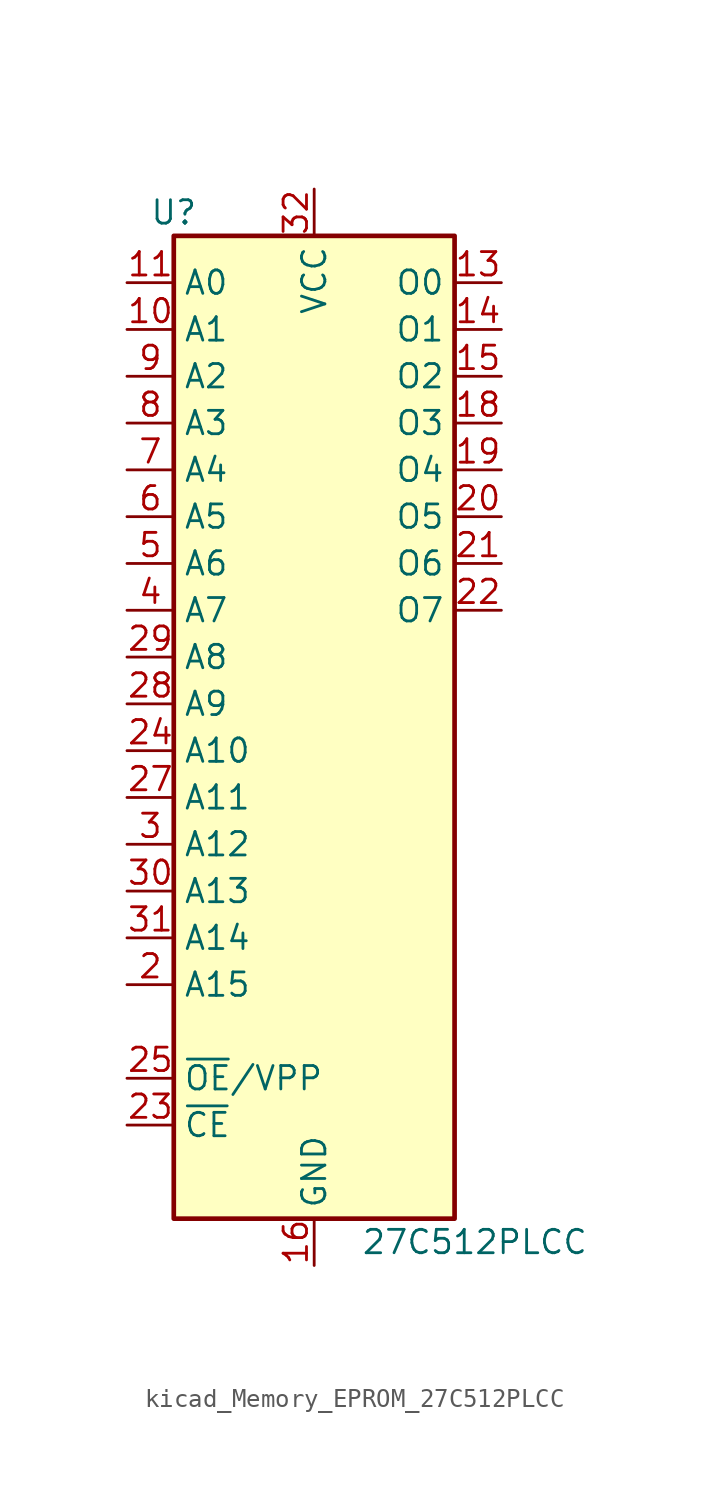
<source format=kicad_sym>
(kicad_symbol_lib
  (version 20220914)
  (generator kicad_symbol_editor)
  (symbol "kicad_Memory_EPROM_27C512PLCC"
    (property "Reference" "U"
      (at -7.62 26.67 0)
      (effects (font (size 1.27 1.27))))
    (property "Value" "27C512PLCC"
      (at 2.54 -29.21 0)
      (effects (font (size 1.27 1.27)) (justify left)))
    (symbol "kicad_Memory_EPROM_27C512PLCC_1_1"
      (rectangle (start -7.62 25.4) (end 7.62 -27.94) (stroke (width 0.254) (type default)) (fill (type background)))
      (pin no_connect line (at 7.62 -17.78 180) (length 2.54) hide (name "NC" (effects (font (size 1.27 1.27)))) (number "1" (effects (font (size 1.27 1.27)))))
      (pin input line (at -10.16 20.32 0) (length 2.54) (name "A1" (effects (font (size 1.27 1.27)))) (number "10" (effects (font (size 1.27 1.27)))))
      (pin input line (at -10.16 22.86 0) (length 2.54) (name "A0" (effects (font (size 1.27 1.27)))) (number "11" (effects (font (size 1.27 1.27)))))
      (pin no_connect line (at 7.62 -22.86 180) (length 2.54) hide (name "NC" (effects (font (size 1.27 1.27)))) (number "12" (effects (font (size 1.27 1.27)))))
      (pin tri_state line (at 10.16 22.86 180) (length 2.54) (name "O0" (effects (font (size 1.27 1.27)))) (number "13" (effects (font (size 1.27 1.27)))))
      (pin tri_state line (at 10.16 20.32 180) (length 2.54) (name "O1" (effects (font (size 1.27 1.27)))) (number "14" (effects (font (size 1.27 1.27)))))
      (pin tri_state line (at 10.16 17.78 180) (length 2.54) (name "O2" (effects (font (size 1.27 1.27)))) (number "15" (effects (font (size 1.27 1.27)))))
      (pin power_in line (at 0 -30.48 90) (length 2.54) (name "GND" (effects (font (size 1.27 1.27)))) (number "16" (effects (font (size 1.27 1.27)))))
      (pin no_connect line (at 7.62 -20.32 180) (length 2.54) hide (name "NC" (effects (font (size 1.27 1.27)))) (number "17" (effects (font (size 1.27 1.27)))))
      (pin tri_state line (at 10.16 15.24 180) (length 2.54) (name "O3" (effects (font (size 1.27 1.27)))) (number "18" (effects (font (size 1.27 1.27)))))
      (pin tri_state line (at 10.16 12.7 180) (length 2.54) (name "O4" (effects (font (size 1.27 1.27)))) (number "19" (effects (font (size 1.27 1.27)))))
      (pin input line (at -10.16 -15.24 0) (length 2.54) (name "A15" (effects (font (size 1.27 1.27)))) (number "2" (effects (font (size 1.27 1.27)))))
      (pin tri_state line (at 10.16 10.16 180) (length 2.54) (name "O5" (effects (font (size 1.27 1.27)))) (number "20" (effects (font (size 1.27 1.27)))))
      (pin tri_state line (at 10.16 7.62 180) (length 2.54) (name "O6" (effects (font (size 1.27 1.27)))) (number "21" (effects (font (size 1.27 1.27)))))
      (pin tri_state line (at 10.16 5.08 180) (length 2.54) (name "O7" (effects (font (size 1.27 1.27)))) (number "22" (effects (font (size 1.27 1.27)))))
      (pin input line (at -10.16 -22.86 0) (length 2.54) (name "~{CE}" (effects (font (size 1.27 1.27)))) (number "23" (effects (font (size 1.27 1.27)))))
      (pin input line (at -10.16 -2.54 0) (length 2.54) (name "A10" (effects (font (size 1.27 1.27)))) (number "24" (effects (font (size 1.27 1.27)))))
      (pin input line (at -10.16 -20.32 0) (length 2.54) (name "~{OE}/VPP" (effects (font (size 1.27 1.27)))) (number "25" (effects (font (size 1.27 1.27)))))
      (pin no_connect line (at 7.62 -25.4 180) (length 2.54) hide (name "NC" (effects (font (size 1.27 1.27)))) (number "26" (effects (font (size 1.27 1.27)))))
      (pin input line (at -10.16 -5.08 0) (length 2.54) (name "A11" (effects (font (size 1.27 1.27)))) (number "27" (effects (font (size 1.27 1.27)))))
      (pin input line (at -10.16 0 0) (length 2.54) (name "A9" (effects (font (size 1.27 1.27)))) (number "28" (effects (font (size 1.27 1.27)))))
      (pin input line (at -10.16 2.54 0) (length 2.54) (name "A8" (effects (font (size 1.27 1.27)))) (number "29" (effects (font (size 1.27 1.27)))))
      (pin input line (at -10.16 -7.62 0) (length 2.54) (name "A12" (effects (font (size 1.27 1.27)))) (number "3" (effects (font (size 1.27 1.27)))))
      (pin input line (at -10.16 -10.16 0) (length 2.54) (name "A13" (effects (font (size 1.27 1.27)))) (number "30" (effects (font (size 1.27 1.27)))))
      (pin input line (at -10.16 -12.7 0) (length 2.54) (name "A14" (effects (font (size 1.27 1.27)))) (number "31" (effects (font (size 1.27 1.27)))))
      (pin power_in line (at 0 27.94 270) (length 2.54) (name "VCC" (effects (font (size 1.27 1.27)))) (number "32" (effects (font (size 1.27 1.27)))))
      (pin input line (at -10.16 5.08 0) (length 2.54) (name "A7" (effects (font (size 1.27 1.27)))) (number "4" (effects (font (size 1.27 1.27)))))
      (pin input line (at -10.16 7.62 0) (length 2.54) (name "A6" (effects (font (size 1.27 1.27)))) (number "5" (effects (font (size 1.27 1.27)))))
      (pin input line (at -10.16 10.16 0) (length 2.54) (name "A5" (effects (font (size 1.27 1.27)))) (number "6" (effects (font (size 1.27 1.27)))))
      (pin input line (at -10.16 12.7 0) (length 2.54) (name "A4" (effects (font (size 1.27 1.27)))) (number "7" (effects (font (size 1.27 1.27)))))
      (pin input line (at -10.16 15.24 0) (length 2.54) (name "A3" (effects (font (size 1.27 1.27)))) (number "8" (effects (font (size 1.27 1.27)))))
      (pin input line (at -10.16 17.78 0) (length 2.54) (name "A2" (effects (font (size 1.27 1.27)))) (number "9" (effects (font (size 1.27 1.27))))))))
</source>
